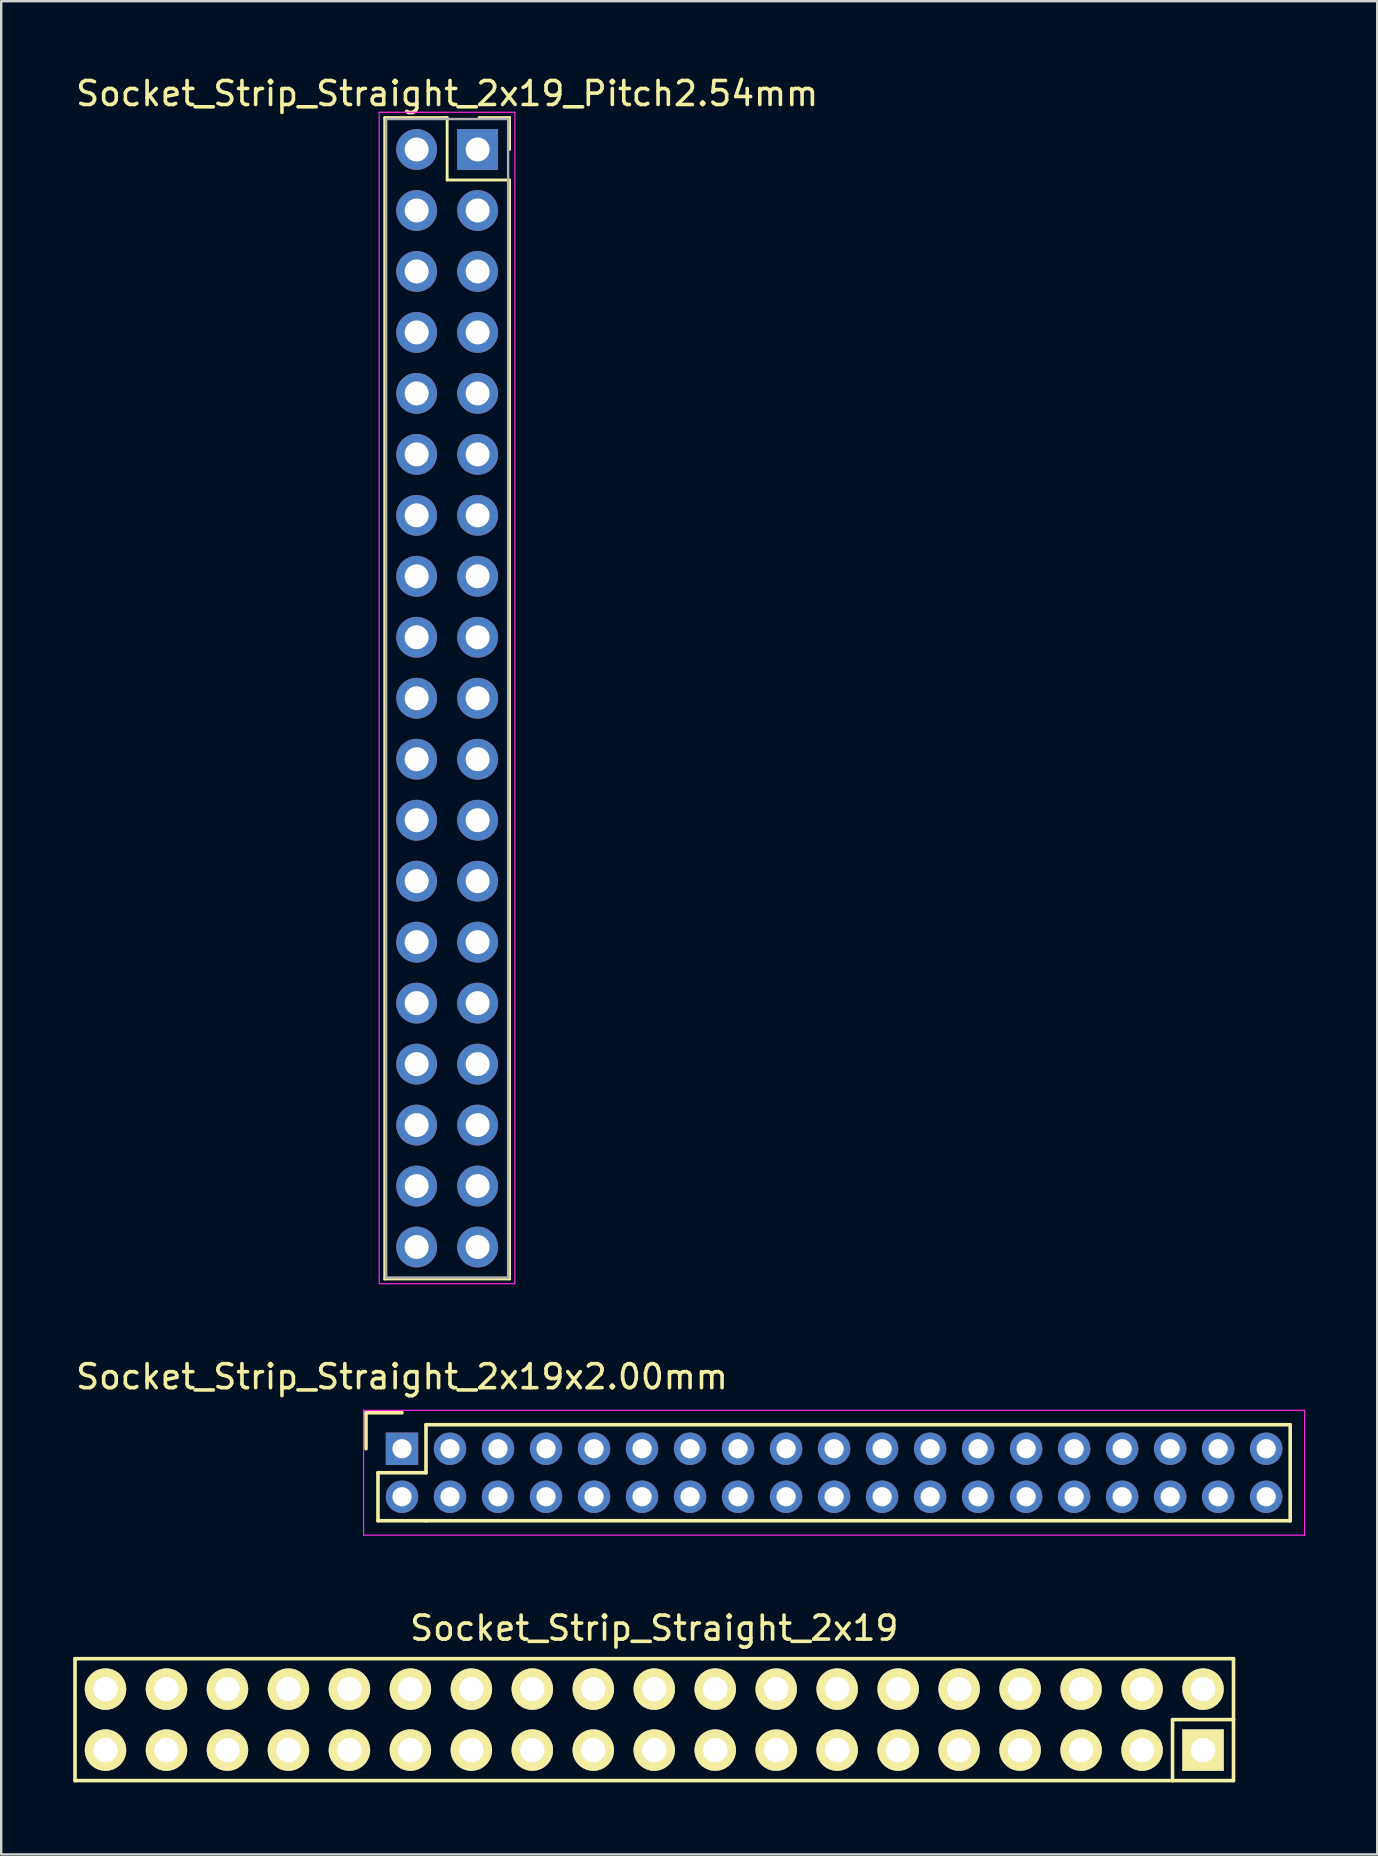
<source format=kicad_pcb>
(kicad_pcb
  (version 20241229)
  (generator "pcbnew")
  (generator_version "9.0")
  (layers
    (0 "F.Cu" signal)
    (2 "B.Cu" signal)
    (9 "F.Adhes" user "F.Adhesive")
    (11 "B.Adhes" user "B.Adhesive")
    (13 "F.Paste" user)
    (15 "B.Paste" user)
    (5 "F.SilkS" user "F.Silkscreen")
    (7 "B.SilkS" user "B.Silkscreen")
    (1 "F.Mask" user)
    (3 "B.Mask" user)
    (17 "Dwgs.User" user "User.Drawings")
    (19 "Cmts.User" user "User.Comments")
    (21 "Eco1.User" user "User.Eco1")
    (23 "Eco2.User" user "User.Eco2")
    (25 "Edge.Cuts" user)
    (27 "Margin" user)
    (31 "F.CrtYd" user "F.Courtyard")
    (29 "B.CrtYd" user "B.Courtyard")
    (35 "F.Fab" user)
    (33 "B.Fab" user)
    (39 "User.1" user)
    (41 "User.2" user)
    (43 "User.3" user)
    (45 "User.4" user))
  (footprint "Socket_Strip_Straight_2x19x2.00mm"
    (layer "F.Cu")
    (at 13.696 57.301)
    (property "Reference" "Socket_Strip_Straight_2x19x2.00mm" (at 0 -3 0) (layer "F.SilkS") (effects (font (size 1 1) (thickness 0.15))))
    (attr through_hole)
    (fp_line (start -1.5 -1.5) (end -1.5 0) (stroke (width 0.15) (type solid)) (layer "F.SilkS"))
    (fp_line (start -1 1) (end -1 3) (stroke (width 0.15) (type solid)) (layer "F.SilkS"))
    (fp_line (start -1 3) (end 1 3) (stroke (width 0.15) (type solid)) (layer "F.SilkS"))
    (fp_line (start 0 -1.5) (end -1.5 -1.5) (stroke (width 0.15) (type solid)) (layer "F.SilkS"))
    (fp_line (start 1 -1) (end 1 1) (stroke (width 0.15) (type solid)) (layer "F.SilkS"))
    (fp_line (start 1 1) (end -1 1) (stroke (width 0.15) (type solid)) (layer "F.SilkS"))
    (fp_line (start 1 3) (end 37 3) (stroke (width 0.15) (type solid)) (layer "F.SilkS"))
    (fp_line (start 37 -1) (end 1 -1) (stroke (width 0.15) (type solid)) (layer "F.SilkS"))
    (fp_line (start 37 3) (end 37 -1) (stroke (width 0.15) (type solid)) (layer "F.SilkS"))
    (fp_line (start -1.6 -1.6) (end -1.6 3.6) (stroke (width 0.05) (type solid)) (layer "F.CrtYd"))
    (fp_line (start -1.6 3.6) (end 37.6 3.6) (stroke (width 0.05) (type solid)) (layer "F.CrtYd"))
    (fp_line (start 37.6 -1.6) (end -1.6 -1.6) (stroke (width 0.05) (type solid)) (layer "F.CrtYd"))
    (fp_line (start 37.6 3.6) (end 37.6 -1.6) (stroke (width 0.05) (type solid)) (layer "F.CrtYd"))
    (pad "1" thru_hole rect (at 0 0) (size 1.35 1.35) (drill 0.8) (layers "*.Cu" "*.Mask"))
    (pad "2" thru_hole circle (at 0 2) (size 1.35 1.35) (drill 0.8) (layers "*.Cu" "*.Mask"))
    (pad "3" thru_hole circle (at 2 0) (size 1.35 1.35) (drill 0.8) (layers "*.Cu" "*.Mask"))
    (pad "4" thru_hole circle (at 2 2) (size 1.35 1.35) (drill 0.8) (layers "*.Cu" "*.Mask"))
    (pad "5" thru_hole circle (at 4 0) (size 1.35 1.35) (drill 0.8) (layers "*.Cu" "*.Mask"))
    (pad "6" thru_hole circle (at 4 2) (size 1.35 1.35) (drill 0.8) (layers "*.Cu" "*.Mask"))
    (pad "7" thru_hole circle (at 6 0) (size 1.35 1.35) (drill 0.8) (layers "*.Cu" "*.Mask"))
    (pad "8" thru_hole circle (at 6 2) (size 1.35 1.35) (drill 0.8) (layers "*.Cu" "*.Mask"))
    (pad "9" thru_hole circle (at 8 0) (size 1.35 1.35) (drill 0.8) (layers "*.Cu" "*.Mask"))
    (pad "10" thru_hole circle (at 8 2) (size 1.35 1.35) (drill 0.8) (layers "*.Cu" "*.Mask"))
    (pad "11" thru_hole circle (at 10 0) (size 1.35 1.35) (drill 0.8) (layers "*.Cu" "*.Mask"))
    (pad "12" thru_hole circle (at 10 2) (size 1.35 1.35) (drill 0.8) (layers "*.Cu" "*.Mask"))
    (pad "13" thru_hole circle (at 12 0) (size 1.35 1.35) (drill 0.8) (layers "*.Cu" "*.Mask"))
    (pad "14" thru_hole circle (at 12 2) (size 1.35 1.35) (drill 0.8) (layers "*.Cu" "*.Mask"))
    (pad "15" thru_hole circle (at 14 0) (size 1.35 1.35) (drill 0.8) (layers "*.Cu" "*.Mask"))
    (pad "16" thru_hole circle (at 14 2) (size 1.35 1.35) (drill 0.8) (layers "*.Cu" "*.Mask"))
    (pad "17" thru_hole circle (at 16 0) (size 1.35 1.35) (drill 0.8) (layers "*.Cu" "*.Mask"))
    (pad "18" thru_hole circle (at 16 2) (size 1.35 1.35) (drill 0.8) (layers "*.Cu" "*.Mask"))
    (pad "19" thru_hole circle (at 18 0) (size 1.35 1.35) (drill 0.8) (layers "*.Cu" "*.Mask"))
    (pad "20" thru_hole circle (at 18 2) (size 1.35 1.35) (drill 0.8) (layers "*.Cu" "*.Mask"))
    (pad "21" thru_hole circle (at 20 0) (size 1.35 1.35) (drill 0.8) (layers "*.Cu" "*.Mask"))
    (pad "22" thru_hole circle (at 20 2) (size 1.35 1.35) (drill 0.8) (layers "*.Cu" "*.Mask"))
    (pad "23" thru_hole circle (at 22 0) (size 1.35 1.35) (drill 0.8) (layers "*.Cu" "*.Mask"))
    (pad "24" thru_hole circle (at 22 2) (size 1.35 1.35) (drill 0.8) (layers "*.Cu" "*.Mask"))
    (pad "25" thru_hole circle (at 24 0) (size 1.35 1.35) (drill 0.8) (layers "*.Cu" "*.Mask"))
    (pad "26" thru_hole circle (at 24 2) (size 1.35 1.35) (drill 0.8) (layers "*.Cu" "*.Mask"))
    (pad "27" thru_hole circle (at 26 0) (size 1.35 1.35) (drill 0.8) (layers "*.Cu" "*.Mask"))
    (pad "28" thru_hole circle (at 26 2) (size 1.35 1.35) (drill 0.8) (layers "*.Cu" "*.Mask"))
    (pad "29" thru_hole circle (at 28 0) (size 1.35 1.35) (drill 0.8) (layers "*.Cu" "*.Mask"))
    (pad "30" thru_hole circle (at 28 2) (size 1.35 1.35) (drill 0.8) (layers "*.Cu" "*.Mask"))
    (pad "31" thru_hole circle (at 30 0) (size 1.35 1.35) (drill 0.8) (layers "*.Cu" "*.Mask"))
    (pad "32" thru_hole circle (at 30 2) (size 1.35 1.35) (drill 0.8) (layers "*.Cu" "*.Mask"))
    (pad "33" thru_hole circle (at 32 0) (size 1.35 1.35) (drill 0.8) (layers "*.Cu" "*.Mask"))
    (pad "34" thru_hole circle (at 32 2) (size 1.35 1.35) (drill 0.8) (layers "*.Cu" "*.Mask"))
    (pad "35" thru_hole circle (at 34 0) (size 1.35 1.35) (drill 0.8) (layers "*.Cu" "*.Mask"))
    (pad "36" thru_hole circle (at 34 2) (size 1.35 1.35) (drill 0.8) (layers "*.Cu" "*.Mask"))
    (pad "37" thru_hole circle (at 36 0) (size 1.35 1.35) (drill 0.8) (layers "*.Cu" "*.Mask"))
    (pad "38" thru_hole circle (at 36 2) (size 1.35 1.35) (drill 0.8) (layers "*.Cu" "*.Mask")))
  (footprint "Socket_Strip_Straight_2x19"
    (layer "F.Cu")
    (at 24.205 68.585)
    (property "Reference" "Socket_Strip_Straight_2x19" (at 0 -3.81 0) (layer "F.SilkS") (effects (font (size 1 1) (thickness 0.15))))
    (attr through_hole)
    (fp_line (start -24.13 -2.54) (end -24.13 2.54) (stroke (width 0.15) (type solid)) (layer "F.SilkS"))
    (fp_line (start -24.13 2.54) (end 21.59 2.54) (stroke (width 0.15) (type solid)) (layer "F.SilkS"))
    (fp_line (start 21.59 0) (end 21.59 2.54) (stroke (width 0.15) (type solid)) (layer "F.SilkS"))
    (fp_line (start 24.13 -2.54) (end -24.13 -2.54) (stroke (width 0.15) (type solid)) (layer "F.SilkS"))
    (fp_line (start 24.13 -2.54) (end 24.13 0) (stroke (width 0.15) (type solid)) (layer "F.SilkS"))
    (fp_line (start 24.13 0) (end 21.59 0) (stroke (width 0.15) (type solid)) (layer "F.SilkS"))
    (fp_line (start 24.13 2.54) (end 21.59 2.54) (stroke (width 0.15) (type solid)) (layer "F.SilkS"))
    (fp_line (start 24.13 2.54) (end 24.13 0) (stroke (width 0.15) (type solid)) (layer "F.SilkS"))
    (pad "1" thru_hole rect (at 22.86 1.27 180) (size 1.727 1.727) (drill 1.016) (layers "*.Cu" "*.Mask" "F.SilkS"))
    (pad "2" thru_hole oval (at 22.86 -1.27 180) (size 1.727 1.727) (drill 1.016) (layers "*.Cu" "*.Mask" "F.SilkS"))
    (pad "3" thru_hole oval (at 20.32 1.27 180) (size 1.727 1.727) (drill 1.016) (layers "*.Cu" "*.Mask" "F.SilkS"))
    (pad "4" thru_hole oval (at 20.32 -1.27 180) (size 1.727 1.727) (drill 1.016) (layers "*.Cu" "*.Mask" "F.SilkS"))
    (pad "5" thru_hole oval (at 17.78 1.27 180) (size 1.727 1.727) (drill 1.016) (layers "*.Cu" "*.Mask" "F.SilkS"))
    (pad "6" thru_hole oval (at 17.78 -1.27 180) (size 1.727 1.727) (drill 1.016) (layers "*.Cu" "*.Mask" "F.SilkS"))
    (pad "7" thru_hole oval (at 15.24 1.27 180) (size 1.727 1.727) (drill 1.016) (layers "*.Cu" "*.Mask" "F.SilkS"))
    (pad "8" thru_hole oval (at 15.24 -1.27 180) (size 1.727 1.727) (drill 1.016) (layers "*.Cu" "*.Mask" "F.SilkS"))
    (pad "9" thru_hole oval (at 12.7 1.27 180) (size 1.727 1.727) (drill 1.016) (layers "*.Cu" "*.Mask" "F.SilkS"))
    (pad "10" thru_hole oval (at 12.7 -1.27 180) (size 1.727 1.727) (drill 1.016) (layers "*.Cu" "*.Mask" "F.SilkS"))
    (pad "11" thru_hole oval (at 10.16 1.27 180) (size 1.727 1.727) (drill 1.016) (layers "*.Cu" "*.Mask" "F.SilkS"))
    (pad "12" thru_hole oval (at 10.16 -1.27 180) (size 1.727 1.727) (drill 1.016) (layers "*.Cu" "*.Mask" "F.SilkS"))
    (pad "13" thru_hole oval (at 7.62 1.27 180) (size 1.727 1.727) (drill 1.016) (layers "*.Cu" "*.Mask" "F.SilkS"))
    (pad "14" thru_hole oval (at 7.62 -1.27 180) (size 1.727 1.727) (drill 1.016) (layers "*.Cu" "*.Mask" "F.SilkS"))
    (pad "15" thru_hole oval (at 5.08 1.27 180) (size 1.727 1.727) (drill 1.016) (layers "*.Cu" "*.Mask" "F.SilkS"))
    (pad "16" thru_hole oval (at 5.08 -1.27 180) (size 1.727 1.727) (drill 1.016) (layers "*.Cu" "*.Mask" "F.SilkS"))
    (pad "17" thru_hole oval (at 2.54 1.27 180) (size 1.727 1.727) (drill 1.016) (layers "*.Cu" "*.Mask" "F.SilkS"))
    (pad "18" thru_hole oval (at 2.54 -1.27 180) (size 1.727 1.727) (drill 1.016) (layers "*.Cu" "*.Mask" "F.SilkS"))
    (pad "19" thru_hole oval (at 0 1.27 180) (size 1.727 1.727) (drill 1.016) (layers "*.Cu" "*.Mask" "F.SilkS"))
    (pad "20" thru_hole oval (at 0 -1.27 180) (size 1.727 1.727) (drill 1.016) (layers "*.Cu" "*.Mask" "F.SilkS"))
    (pad "21" thru_hole oval (at -2.54 1.27 180) (size 1.727 1.727) (drill 1.016) (layers "*.Cu" "*.Mask" "F.SilkS"))
    (pad "22" thru_hole oval (at -2.54 -1.27 180) (size 1.727 1.727) (drill 1.016) (layers "*.Cu" "*.Mask" "F.SilkS"))
    (pad "23" thru_hole oval (at -5.08 1.27 180) (size 1.727 1.727) (drill 1.016) (layers "*.Cu" "*.Mask" "F.SilkS"))
    (pad "24" thru_hole oval (at -5.08 -1.27 180) (size 1.727 1.727) (drill 1.016) (layers "*.Cu" "*.Mask" "F.SilkS"))
    (pad "25" thru_hole oval (at -7.62 1.27 180) (size 1.727 1.727) (drill 1.016) (layers "*.Cu" "*.Mask" "F.SilkS"))
    (pad "26" thru_hole oval (at -7.62 -1.27 180) (size 1.727 1.727) (drill 1.016) (layers "*.Cu" "*.Mask" "F.SilkS"))
    (pad "27" thru_hole oval (at -10.16 1.27 180) (size 1.727 1.727) (drill 1.016) (layers "*.Cu" "*.Mask" "F.SilkS"))
    (pad "28" thru_hole oval (at -10.16 -1.27 180) (size 1.727 1.727) (drill 1.016) (layers "*.Cu" "*.Mask" "F.SilkS"))
    (pad "29" thru_hole oval (at -12.7 1.27 180) (size 1.727 1.727) (drill 1.016) (layers "*.Cu" "*.Mask" "F.SilkS"))
    (pad "30" thru_hole oval (at -12.7 -1.27 180) (size 1.727 1.727) (drill 1.016) (layers "*.Cu" "*.Mask" "F.SilkS"))
    (pad "31" thru_hole oval (at -15.24 1.27 180) (size 1.727 1.727) (drill 1.016) (layers "*.Cu" "*.Mask" "F.SilkS"))
    (pad "32" thru_hole oval (at -15.24 -1.27 180) (size 1.727 1.727) (drill 1.016) (layers "*.Cu" "*.Mask" "F.SilkS"))
    (pad "33" thru_hole oval (at -17.78 1.27 180) (size 1.727 1.727) (drill 1.016) (layers "*.Cu" "*.Mask" "F.SilkS"))
    (pad "34" thru_hole oval (at -17.78 -1.27 180) (size 1.727 1.727) (drill 1.016) (layers "*.Cu" "*.Mask" "F.SilkS"))
    (pad "35" thru_hole oval (at -20.32 1.27 180) (size 1.727 1.727) (drill 1.016) (layers "*.Cu" "*.Mask" "F.SilkS"))
    (pad "36" thru_hole oval (at -20.32 -1.27 180) (size 1.727 1.727) (drill 1.016) (layers "*.Cu" "*.Mask" "F.SilkS"))
    (pad "37" thru_hole oval (at -22.86 1.27 180) (size 1.727 1.727) (drill 1.016) (layers "*.Cu" "*.Mask" "F.SilkS"))
    (pad "38" thru_hole oval (at -22.86 -1.27 180) (size 1.727 1.727) (drill 1.016) (layers "*.Cu" "*.Mask" "F.SilkS")))
  (footprint "Socket_Strip_Straight_2x19_Pitch2.54mm"
    (layer "F.Cu")
    (at 16.847 3.178)
    (property "Reference" "Socket_Strip_Straight_2x19_Pitch2.54mm" (at -1.27 -2.33 0) (layer "F.SilkS") (effects (font (size 1 1) (thickness 0.15))))
    (attr through_hole)
    (fp_line (start -3.87 -1.33) (end -1.27 -1.33) (stroke (width 0.12) (type solid)) (layer "F.SilkS"))
    (fp_line (start -3.87 47.05) (end -3.87 -1.33) (stroke (width 0.12) (type solid)) (layer "F.SilkS"))
    (fp_line (start -1.27 -1.33) (end -1.27 1.27) (stroke (width 0.12) (type solid)) (layer "F.SilkS"))
    (fp_line (start -1.27 1.27) (end 1.33 1.27) (stroke (width 0.12) (type solid)) (layer "F.SilkS"))
    (fp_line (start 1.33 -1.33) (end 0.06 -1.33) (stroke (width 0.12) (type solid)) (layer "F.SilkS"))
    (fp_line (start 1.33 0) (end 1.33 -1.33) (stroke (width 0.12) (type solid)) (layer "F.SilkS"))
    (fp_line (start 1.33 1.27) (end 1.33 47.05) (stroke (width 0.12) (type solid)) (layer "F.SilkS"))
    (fp_line (start 1.33 47.05) (end -3.87 47.05) (stroke (width 0.12) (type solid)) (layer "F.SilkS"))
    (fp_line (start -4.1 -1.55) (end -4.1 47.25) (stroke (width 0.05) (type solid)) (layer "F.CrtYd"))
    (fp_line (start -4.1 47.25) (end 1.55 47.25) (stroke (width 0.05) (type solid)) (layer "F.CrtYd"))
    (fp_line (start 1.55 -1.55) (end -4.1 -1.55) (stroke (width 0.05) (type solid)) (layer "F.CrtYd"))
    (fp_line (start 1.55 47.25) (end 1.55 -1.55) (stroke (width 0.05) (type solid)) (layer "F.CrtYd"))
    (fp_line (start -3.81 -1.27) (end -3.81 46.99) (stroke (width 0.1) (type solid)) (layer "F.Fab"))
    (fp_line (start -3.81 46.99) (end 1.27 46.99) (stroke (width 0.1) (type solid)) (layer "F.Fab"))
    (fp_line (start 1.27 -1.27) (end -3.81 -1.27) (stroke (width 0.1) (type solid)) (layer "F.Fab"))
    (fp_line (start 1.27 46.99) (end 1.27 -1.27) (stroke (width 0.1) (type solid)) (layer "F.Fab"))
    (pad "1" thru_hole rect (at 0 0) (size 1.7 1.7) (drill 1) (layers "*.Cu" "*.Mask"))
    (pad "2" thru_hole oval (at -2.54 0) (size 1.7 1.7) (drill 1) (layers "*.Cu" "*.Mask"))
    (pad "3" thru_hole oval (at 0 2.54) (size 1.7 1.7) (drill 1) (layers "*.Cu" "*.Mask"))
    (pad "4" thru_hole oval (at -2.54 2.54) (size 1.7 1.7) (drill 1) (layers "*.Cu" "*.Mask"))
    (pad "5" thru_hole oval (at 0 5.08) (size 1.7 1.7) (drill 1) (layers "*.Cu" "*.Mask"))
    (pad "6" thru_hole oval (at -2.54 5.08) (size 1.7 1.7) (drill 1) (layers "*.Cu" "*.Mask"))
    (pad "7" thru_hole oval (at 0 7.62) (size 1.7 1.7) (drill 1) (layers "*.Cu" "*.Mask"))
    (pad "8" thru_hole oval (at -2.54 7.62) (size 1.7 1.7) (drill 1) (layers "*.Cu" "*.Mask"))
    (pad "9" thru_hole oval (at 0 10.16) (size 1.7 1.7) (drill 1) (layers "*.Cu" "*.Mask"))
    (pad "10" thru_hole oval (at -2.54 10.16) (size 1.7 1.7) (drill 1) (layers "*.Cu" "*.Mask"))
    (pad "11" thru_hole oval (at 0 12.7) (size 1.7 1.7) (drill 1) (layers "*.Cu" "*.Mask"))
    (pad "12" thru_hole oval (at -2.54 12.7) (size 1.7 1.7) (drill 1) (layers "*.Cu" "*.Mask"))
    (pad "13" thru_hole oval (at 0 15.24) (size 1.7 1.7) (drill 1) (layers "*.Cu" "*.Mask"))
    (pad "14" thru_hole oval (at -2.54 15.24) (size 1.7 1.7) (drill 1) (layers "*.Cu" "*.Mask"))
    (pad "15" thru_hole oval (at 0 17.78) (size 1.7 1.7) (drill 1) (layers "*.Cu" "*.Mask"))
    (pad "16" thru_hole oval (at -2.54 17.78) (size 1.7 1.7) (drill 1) (layers "*.Cu" "*.Mask"))
    (pad "17" thru_hole oval (at 0 20.32) (size 1.7 1.7) (drill 1) (layers "*.Cu" "*.Mask"))
    (pad "18" thru_hole oval (at -2.54 20.32) (size 1.7 1.7) (drill 1) (layers "*.Cu" "*.Mask"))
    (pad "19" thru_hole oval (at 0 22.86) (size 1.7 1.7) (drill 1) (layers "*.Cu" "*.Mask"))
    (pad "20" thru_hole oval (at -2.54 22.86) (size 1.7 1.7) (drill 1) (layers "*.Cu" "*.Mask"))
    (pad "21" thru_hole oval (at 0 25.4) (size 1.7 1.7) (drill 1) (layers "*.Cu" "*.Mask"))
    (pad "22" thru_hole oval (at -2.54 25.4) (size 1.7 1.7) (drill 1) (layers "*.Cu" "*.Mask"))
    (pad "23" thru_hole oval (at 0 27.94) (size 1.7 1.7) (drill 1) (layers "*.Cu" "*.Mask"))
    (pad "24" thru_hole oval (at -2.54 27.94) (size 1.7 1.7) (drill 1) (layers "*.Cu" "*.Mask"))
    (pad "25" thru_hole oval (at 0 30.48) (size 1.7 1.7) (drill 1) (layers "*.Cu" "*.Mask"))
    (pad "26" thru_hole oval (at -2.54 30.48) (size 1.7 1.7) (drill 1) (layers "*.Cu" "*.Mask"))
    (pad "27" thru_hole oval (at 0 33.02) (size 1.7 1.7) (drill 1) (layers "*.Cu" "*.Mask"))
    (pad "28" thru_hole oval (at -2.54 33.02) (size 1.7 1.7) (drill 1) (layers "*.Cu" "*.Mask"))
    (pad "29" thru_hole oval (at 0 35.56) (size 1.7 1.7) (drill 1) (layers "*.Cu" "*.Mask"))
    (pad "30" thru_hole oval (at -2.54 35.56) (size 1.7 1.7) (drill 1) (layers "*.Cu" "*.Mask"))
    (pad "31" thru_hole oval (at 0 38.1) (size 1.7 1.7) (drill 1) (layers "*.Cu" "*.Mask"))
    (pad "32" thru_hole oval (at -2.54 38.1) (size 1.7 1.7) (drill 1) (layers "*.Cu" "*.Mask"))
    (pad "33" thru_hole oval (at 0 40.64) (size 1.7 1.7) (drill 1) (layers "*.Cu" "*.Mask"))
    (pad "34" thru_hole oval (at -2.54 40.64) (size 1.7 1.7) (drill 1) (layers "*.Cu" "*.Mask"))
    (pad "35" thru_hole oval (at 0 43.18) (size 1.7 1.7) (drill 1) (layers "*.Cu" "*.Mask"))
    (pad "36" thru_hole oval (at -2.54 43.18) (size 1.7 1.7) (drill 1) (layers "*.Cu" "*.Mask"))
    (pad "37" thru_hole oval (at 0 45.72) (size 1.7 1.7) (drill 1) (layers "*.Cu" "*.Mask"))
    (pad "38" thru_hole oval (at -2.54 45.72) (size 1.7 1.7) (drill 1) (layers "*.Cu" "*.Mask")))
  (gr_rect
    (start -3 -3)
    (end 54.321 74.2)
    (stroke (width 0.1) (type default))
    (fill no)
    (layer "Edge.Cuts")))
</source>
